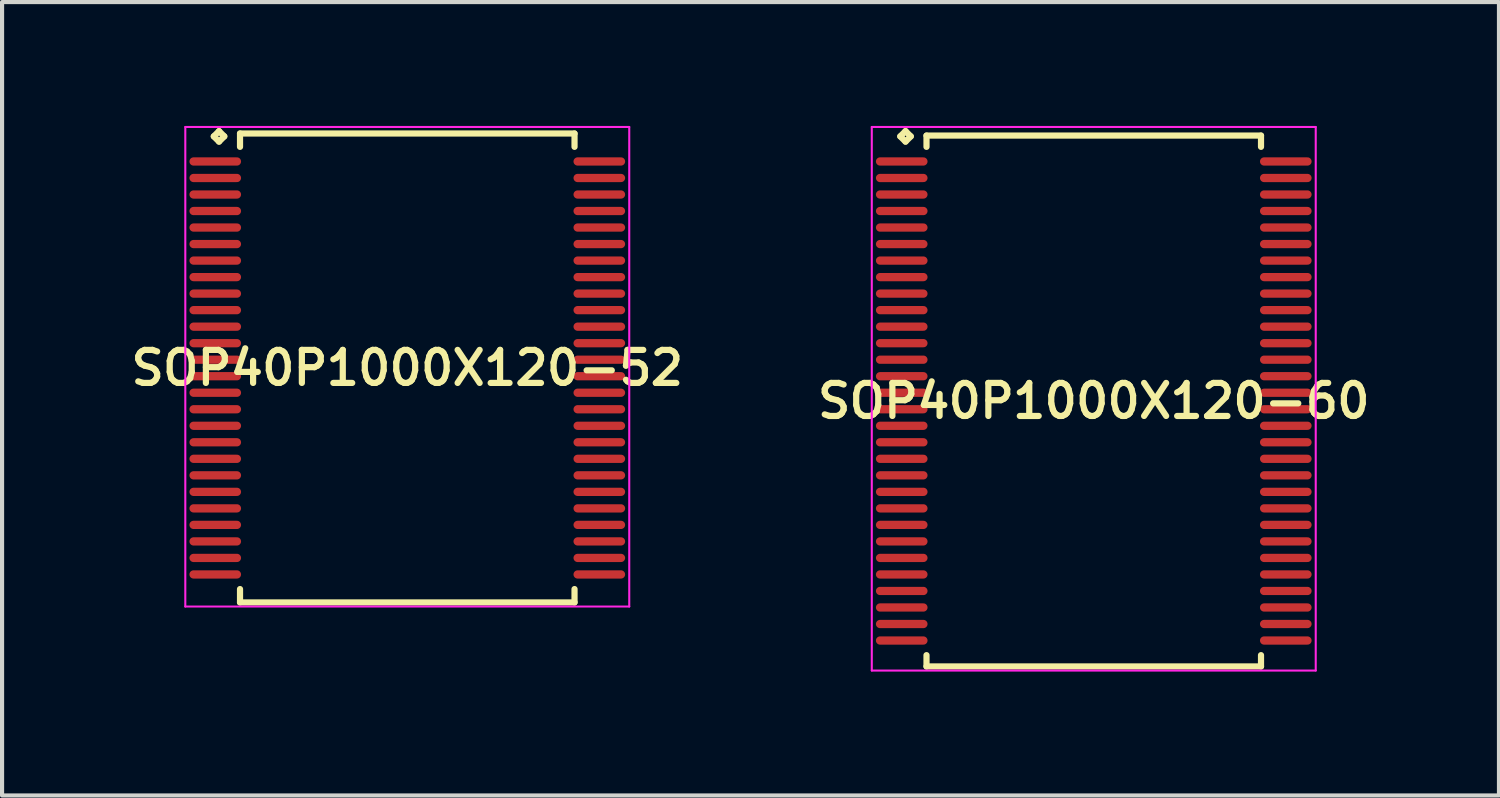
<source format=kicad_pcb>
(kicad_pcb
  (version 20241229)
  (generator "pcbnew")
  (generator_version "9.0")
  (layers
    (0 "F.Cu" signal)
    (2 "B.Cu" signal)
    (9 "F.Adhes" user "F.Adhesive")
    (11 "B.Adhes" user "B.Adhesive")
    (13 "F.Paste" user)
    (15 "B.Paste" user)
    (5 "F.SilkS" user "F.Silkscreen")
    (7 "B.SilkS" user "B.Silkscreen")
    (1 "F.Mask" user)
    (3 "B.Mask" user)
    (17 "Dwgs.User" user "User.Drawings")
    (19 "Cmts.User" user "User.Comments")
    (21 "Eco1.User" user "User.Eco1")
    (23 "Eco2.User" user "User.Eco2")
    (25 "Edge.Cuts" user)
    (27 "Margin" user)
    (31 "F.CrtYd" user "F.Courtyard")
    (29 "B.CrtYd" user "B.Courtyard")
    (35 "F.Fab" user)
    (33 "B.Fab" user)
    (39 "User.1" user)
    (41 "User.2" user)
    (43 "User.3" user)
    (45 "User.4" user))
  (footprint "SOP40P1000X120-60"
    (layer "F.Cu")
    (at 23.435 6.66)
    (property "Reference" "SOP40P1000X120-60" (at 0 0 0) (layer "F.SilkS") (effects (font (size 0.8 0.8) (thickness 0.15))))
    (attr smd)
    (fp_line (start -4.685 -6.408) (end -4.558 -6.535) (stroke (width 0.15) (type solid)) (layer "F.SilkS"))
    (fp_line (start -4.558 -6.535) (end -4.431 -6.408) (stroke (width 0.15) (type solid)) (layer "F.SilkS"))
    (fp_line (start -4.558 -6.281) (end -4.685 -6.408) (stroke (width 0.15) (type solid)) (layer "F.SilkS"))
    (fp_line (start -4.431 -6.408) (end -4.558 -6.281) (stroke (width 0.15) (type solid)) (layer "F.SilkS"))
    (fp_line (start -4.05 -6.427) (end 4.05 -6.427) (stroke (width 0.15) (type solid)) (layer "F.SilkS"))
    (fp_line (start -4.05 -6.154) (end -4.05 -6.427) (stroke (width 0.15) (type solid)) (layer "F.SilkS"))
    (fp_line (start -4.05 6.154) (end -4.05 6.427) (stroke (width 0.15) (type solid)) (layer "F.SilkS"))
    (fp_line (start -4.05 6.427) (end 4.05 6.427) (stroke (width 0.15) (type solid)) (layer "F.SilkS"))
    (fp_line (start 4.05 -6.427) (end 4.05 -6.154) (stroke (width 0.15) (type solid)) (layer "F.SilkS"))
    (fp_line (start 4.05 6.427) (end 4.05 6.154) (stroke (width 0.15) (type solid)) (layer "F.SilkS"))
    (fp_line (start -5.375 -6.635) (end 5.375 -6.635) (stroke (width 0.05) (type solid)) (layer "F.CrtYd"))
    (fp_line (start -5.375 6.527) (end -5.375 -6.635) (stroke (width 0.05) (type solid)) (layer "F.CrtYd"))
    (fp_line (start 5.375 -6.635) (end 5.375 6.527) (stroke (width 0.05) (type solid)) (layer "F.CrtYd"))
    (fp_line (start 5.375 6.527) (end -5.375 6.527) (stroke (width 0.05) (type solid)) (layer "F.CrtYd"))
    (pad "1" smd oval (at -4.65 -5.8) (size 1.25 0.2) (layers "F.Cu" "F.Mask" "F.Paste"))
    (pad "2" smd oval (at -4.65 -5.4) (size 1.25 0.2) (layers "F.Cu" "F.Mask" "F.Paste"))
    (pad "3" smd oval (at -4.65 -5) (size 1.25 0.2) (layers "F.Cu" "F.Mask" "F.Paste"))
    (pad "4" smd oval (at -4.65 -4.6) (size 1.25 0.2) (layers "F.Cu" "F.Mask" "F.Paste"))
    (pad "5" smd oval (at -4.65 -4.2) (size 1.25 0.2) (layers "F.Cu" "F.Mask" "F.Paste"))
    (pad "6" smd oval (at -4.65 -3.8) (size 1.25 0.2) (layers "F.Cu" "F.Mask" "F.Paste"))
    (pad "7" smd oval (at -4.65 -3.4) (size 1.25 0.2) (layers "F.Cu" "F.Mask" "F.Paste"))
    (pad "8" smd oval (at -4.65 -3) (size 1.25 0.2) (layers "F.Cu" "F.Mask" "F.Paste"))
    (pad "9" smd oval (at -4.65 -2.6) (size 1.25 0.2) (layers "F.Cu" "F.Mask" "F.Paste"))
    (pad "10" smd oval (at -4.65 -2.2) (size 1.25 0.2) (layers "F.Cu" "F.Mask" "F.Paste"))
    (pad "11" smd oval (at -4.65 -1.8) (size 1.25 0.2) (layers "F.Cu" "F.Mask" "F.Paste"))
    (pad "12" smd oval (at -4.65 -1.4) (size 1.25 0.2) (layers "F.Cu" "F.Mask" "F.Paste"))
    (pad "13" smd oval (at -4.65 -1) (size 1.25 0.2) (layers "F.Cu" "F.Mask" "F.Paste"))
    (pad "14" smd oval (at -4.65 -0.6) (size 1.25 0.2) (layers "F.Cu" "F.Mask" "F.Paste"))
    (pad "15" smd oval (at -4.65 -0.2) (size 1.25 0.2) (layers "F.Cu" "F.Mask" "F.Paste"))
    (pad "16" smd oval (at -4.65 0.2) (size 1.25 0.2) (layers "F.Cu" "F.Mask" "F.Paste"))
    (pad "17" smd oval (at -4.65 0.6) (size 1.25 0.2) (layers "F.Cu" "F.Mask" "F.Paste"))
    (pad "18" smd oval (at -4.65 1) (size 1.25 0.2) (layers "F.Cu" "F.Mask" "F.Paste"))
    (pad "19" smd oval (at -4.65 1.4) (size 1.25 0.2) (layers "F.Cu" "F.Mask" "F.Paste"))
    (pad "20" smd oval (at -4.65 1.8) (size 1.25 0.2) (layers "F.Cu" "F.Mask" "F.Paste"))
    (pad "21" smd oval (at -4.65 2.2) (size 1.25 0.2) (layers "F.Cu" "F.Mask" "F.Paste"))
    (pad "22" smd oval (at -4.65 2.6) (size 1.25 0.2) (layers "F.Cu" "F.Mask" "F.Paste"))
    (pad "23" smd oval (at -4.65 3) (size 1.25 0.2) (layers "F.Cu" "F.Mask" "F.Paste"))
    (pad "24" smd oval (at -4.65 3.4) (size 1.25 0.2) (layers "F.Cu" "F.Mask" "F.Paste"))
    (pad "25" smd oval (at -4.65 3.8) (size 1.25 0.2) (layers "F.Cu" "F.Mask" "F.Paste"))
    (pad "26" smd oval (at -4.65 4.2) (size 1.25 0.2) (layers "F.Cu" "F.Mask" "F.Paste"))
    (pad "27" smd oval (at -4.65 4.6) (size 1.25 0.2) (layers "F.Cu" "F.Mask" "F.Paste"))
    (pad "28" smd oval (at -4.65 5) (size 1.25 0.2) (layers "F.Cu" "F.Mask" "F.Paste"))
    (pad "29" smd oval (at -4.65 5.4) (size 1.25 0.2) (layers "F.Cu" "F.Mask" "F.Paste"))
    (pad "30" smd oval (at -4.65 5.8) (size 1.25 0.2) (layers "F.Cu" "F.Mask" "F.Paste"))
    (pad "31" smd oval (at 4.65 5.8) (size 1.25 0.2) (layers "F.Cu" "F.Mask" "F.Paste"))
    (pad "32" smd oval (at 4.65 5.4) (size 1.25 0.2) (layers "F.Cu" "F.Mask" "F.Paste"))
    (pad "33" smd oval (at 4.65 5) (size 1.25 0.2) (layers "F.Cu" "F.Mask" "F.Paste"))
    (pad "34" smd oval (at 4.65 4.6) (size 1.25 0.2) (layers "F.Cu" "F.Mask" "F.Paste"))
    (pad "35" smd oval (at 4.65 4.2) (size 1.25 0.2) (layers "F.Cu" "F.Mask" "F.Paste"))
    (pad "36" smd oval (at 4.65 3.8) (size 1.25 0.2) (layers "F.Cu" "F.Mask" "F.Paste"))
    (pad "37" smd oval (at 4.65 3.4) (size 1.25 0.2) (layers "F.Cu" "F.Mask" "F.Paste"))
    (pad "38" smd oval (at 4.65 3) (size 1.25 0.2) (layers "F.Cu" "F.Mask" "F.Paste"))
    (pad "39" smd oval (at 4.65 2.6) (size 1.25 0.2) (layers "F.Cu" "F.Mask" "F.Paste"))
    (pad "40" smd oval (at 4.65 2.2) (size 1.25 0.2) (layers "F.Cu" "F.Mask" "F.Paste"))
    (pad "41" smd oval (at 4.65 1.8) (size 1.25 0.2) (layers "F.Cu" "F.Mask" "F.Paste"))
    (pad "42" smd oval (at 4.65 1.4) (size 1.25 0.2) (layers "F.Cu" "F.Mask" "F.Paste"))
    (pad "43" smd oval (at 4.65 1) (size 1.25 0.2) (layers "F.Cu" "F.Mask" "F.Paste"))
    (pad "44" smd oval (at 4.65 0.6) (size 1.25 0.2) (layers "F.Cu" "F.Mask" "F.Paste"))
    (pad "45" smd oval (at 4.65 0.2) (size 1.25 0.2) (layers "F.Cu" "F.Mask" "F.Paste"))
    (pad "46" smd oval (at 4.65 -0.2) (size 1.25 0.2) (layers "F.Cu" "F.Mask" "F.Paste"))
    (pad "47" smd oval (at 4.65 -0.6) (size 1.25 0.2) (layers "F.Cu" "F.Mask" "F.Paste"))
    (pad "48" smd oval (at 4.65 -1) (size 1.25 0.2) (layers "F.Cu" "F.Mask" "F.Paste"))
    (pad "49" smd oval (at 4.65 -1.4) (size 1.25 0.2) (layers "F.Cu" "F.Mask" "F.Paste"))
    (pad "50" smd oval (at 4.65 -1.8) (size 1.25 0.2) (layers "F.Cu" "F.Mask" "F.Paste"))
    (pad "51" smd oval (at 4.65 -2.2) (size 1.25 0.2) (layers "F.Cu" "F.Mask" "F.Paste"))
    (pad "52" smd oval (at 4.65 -2.6) (size 1.25 0.2) (layers "F.Cu" "F.Mask" "F.Paste"))
    (pad "53" smd oval (at 4.65 -3) (size 1.25 0.2) (layers "F.Cu" "F.Mask" "F.Paste"))
    (pad "54" smd oval (at 4.65 -3.4) (size 1.25 0.2) (layers "F.Cu" "F.Mask" "F.Paste"))
    (pad "55" smd oval (at 4.65 -3.8) (size 1.25 0.2) (layers "F.Cu" "F.Mask" "F.Paste"))
    (pad "56" smd oval (at 4.65 -4.2) (size 1.25 0.2) (layers "F.Cu" "F.Mask" "F.Paste"))
    (pad "57" smd oval (at 4.65 -4.6) (size 1.25 0.2) (layers "F.Cu" "F.Mask" "F.Paste"))
    (pad "58" smd oval (at 4.65 -5) (size 1.25 0.2) (layers "F.Cu" "F.Mask" "F.Paste"))
    (pad "59" smd oval (at 4.65 -5.4) (size 1.25 0.2) (layers "F.Cu" "F.Mask" "F.Paste"))
    (pad "60" smd oval (at 4.65 -5.8) (size 1.25 0.2) (layers "F.Cu" "F.Mask" "F.Paste")))
  (footprint "SOP40P1000X120-52"
    (layer "F.Cu")
    (at 6.812 5.86)
    (property "Reference" "SOP40P1000X120-52" (at 0 0 0) (layer "F.SilkS") (effects (font (size 0.8 0.8) (thickness 0.15))))
    (attr smd)
    (fp_line (start -4.685 -5.608) (end -4.558 -5.735) (stroke (width 0.15) (type solid)) (layer "F.SilkS"))
    (fp_line (start -4.558 -5.735) (end -4.431 -5.608) (stroke (width 0.15) (type solid)) (layer "F.SilkS"))
    (fp_line (start -4.558 -5.481) (end -4.685 -5.608) (stroke (width 0.15) (type solid)) (layer "F.SilkS"))
    (fp_line (start -4.431 -5.608) (end -4.558 -5.481) (stroke (width 0.15) (type solid)) (layer "F.SilkS"))
    (fp_line (start -4.05 -5.677) (end 4.05 -5.677) (stroke (width 0.15) (type solid)) (layer "F.SilkS"))
    (fp_line (start -4.05 -5.354) (end -4.05 -5.677) (stroke (width 0.15) (type solid)) (layer "F.SilkS"))
    (fp_line (start -4.05 5.354) (end -4.05 5.677) (stroke (width 0.15) (type solid)) (layer "F.SilkS"))
    (fp_line (start -4.05 5.677) (end 4.05 5.677) (stroke (width 0.15) (type solid)) (layer "F.SilkS"))
    (fp_line (start 4.05 -5.677) (end 4.05 -5.354) (stroke (width 0.15) (type solid)) (layer "F.SilkS"))
    (fp_line (start 4.05 5.677) (end 4.05 5.354) (stroke (width 0.15) (type solid)) (layer "F.SilkS"))
    (fp_line (start -5.375 -5.835) (end 5.375 -5.835) (stroke (width 0.05) (type solid)) (layer "F.CrtYd"))
    (fp_line (start -5.375 5.777) (end -5.375 -5.835) (stroke (width 0.05) (type solid)) (layer "F.CrtYd"))
    (fp_line (start 5.375 -5.835) (end 5.375 5.777) (stroke (width 0.05) (type solid)) (layer "F.CrtYd"))
    (fp_line (start 5.375 5.777) (end -5.375 5.777) (stroke (width 0.05) (type solid)) (layer "F.CrtYd"))
    (pad "1" smd oval (at -4.65 -5) (size 1.25 0.2) (layers "F.Cu" "F.Mask" "F.Paste"))
    (pad "2" smd oval (at -4.65 -4.6) (size 1.25 0.2) (layers "F.Cu" "F.Mask" "F.Paste"))
    (pad "3" smd oval (at -4.65 -4.2) (size 1.25 0.2) (layers "F.Cu" "F.Mask" "F.Paste"))
    (pad "4" smd oval (at -4.65 -3.8) (size 1.25 0.2) (layers "F.Cu" "F.Mask" "F.Paste"))
    (pad "5" smd oval (at -4.65 -3.4) (size 1.25 0.2) (layers "F.Cu" "F.Mask" "F.Paste"))
    (pad "6" smd oval (at -4.65 -3) (size 1.25 0.2) (layers "F.Cu" "F.Mask" "F.Paste"))
    (pad "7" smd oval (at -4.65 -2.6) (size 1.25 0.2) (layers "F.Cu" "F.Mask" "F.Paste"))
    (pad "8" smd oval (at -4.65 -2.2) (size 1.25 0.2) (layers "F.Cu" "F.Mask" "F.Paste"))
    (pad "9" smd oval (at -4.65 -1.8) (size 1.25 0.2) (layers "F.Cu" "F.Mask" "F.Paste"))
    (pad "10" smd oval (at -4.65 -1.4) (size 1.25 0.2) (layers "F.Cu" "F.Mask" "F.Paste"))
    (pad "11" smd oval (at -4.65 -1) (size 1.25 0.2) (layers "F.Cu" "F.Mask" "F.Paste"))
    (pad "12" smd oval (at -4.65 -0.6) (size 1.25 0.2) (layers "F.Cu" "F.Mask" "F.Paste"))
    (pad "13" smd oval (at -4.65 -0.2) (size 1.25 0.2) (layers "F.Cu" "F.Mask" "F.Paste"))
    (pad "14" smd oval (at -4.65 0.2) (size 1.25 0.2) (layers "F.Cu" "F.Mask" "F.Paste"))
    (pad "15" smd oval (at -4.65 0.6) (size 1.25 0.2) (layers "F.Cu" "F.Mask" "F.Paste"))
    (pad "16" smd oval (at -4.65 1) (size 1.25 0.2) (layers "F.Cu" "F.Mask" "F.Paste"))
    (pad "17" smd oval (at -4.65 1.4) (size 1.25 0.2) (layers "F.Cu" "F.Mask" "F.Paste"))
    (pad "18" smd oval (at -4.65 1.8) (size 1.25 0.2) (layers "F.Cu" "F.Mask" "F.Paste"))
    (pad "19" smd oval (at -4.65 2.2) (size 1.25 0.2) (layers "F.Cu" "F.Mask" "F.Paste"))
    (pad "20" smd oval (at -4.65 2.6) (size 1.25 0.2) (layers "F.Cu" "F.Mask" "F.Paste"))
    (pad "21" smd oval (at -4.65 3) (size 1.25 0.2) (layers "F.Cu" "F.Mask" "F.Paste"))
    (pad "22" smd oval (at -4.65 3.4) (size 1.25 0.2) (layers "F.Cu" "F.Mask" "F.Paste"))
    (pad "23" smd oval (at -4.65 3.8) (size 1.25 0.2) (layers "F.Cu" "F.Mask" "F.Paste"))
    (pad "24" smd oval (at -4.65 4.2) (size 1.25 0.2) (layers "F.Cu" "F.Mask" "F.Paste"))
    (pad "25" smd oval (at -4.65 4.6) (size 1.25 0.2) (layers "F.Cu" "F.Mask" "F.Paste"))
    (pad "26" smd oval (at -4.65 5) (size 1.25 0.2) (layers "F.Cu" "F.Mask" "F.Paste"))
    (pad "27" smd oval (at 4.65 5) (size 1.25 0.2) (layers "F.Cu" "F.Mask" "F.Paste"))
    (pad "28" smd oval (at 4.65 4.6) (size 1.25 0.2) (layers "F.Cu" "F.Mask" "F.Paste"))
    (pad "29" smd oval (at 4.65 4.2) (size 1.25 0.2) (layers "F.Cu" "F.Mask" "F.Paste"))
    (pad "30" smd oval (at 4.65 3.8) (size 1.25 0.2) (layers "F.Cu" "F.Mask" "F.Paste"))
    (pad "31" smd oval (at 4.65 3.4) (size 1.25 0.2) (layers "F.Cu" "F.Mask" "F.Paste"))
    (pad "32" smd oval (at 4.65 3) (size 1.25 0.2) (layers "F.Cu" "F.Mask" "F.Paste"))
    (pad "33" smd oval (at 4.65 2.6) (size 1.25 0.2) (layers "F.Cu" "F.Mask" "F.Paste"))
    (pad "34" smd oval (at 4.65 2.2) (size 1.25 0.2) (layers "F.Cu" "F.Mask" "F.Paste"))
    (pad "35" smd oval (at 4.65 1.8) (size 1.25 0.2) (layers "F.Cu" "F.Mask" "F.Paste"))
    (pad "36" smd oval (at 4.65 1.4) (size 1.25 0.2) (layers "F.Cu" "F.Mask" "F.Paste"))
    (pad "37" smd oval (at 4.65 1) (size 1.25 0.2) (layers "F.Cu" "F.Mask" "F.Paste"))
    (pad "38" smd oval (at 4.65 0.6) (size 1.25 0.2) (layers "F.Cu" "F.Mask" "F.Paste"))
    (pad "39" smd oval (at 4.65 0.2) (size 1.25 0.2) (layers "F.Cu" "F.Mask" "F.Paste"))
    (pad "40" smd oval (at 4.65 -0.2) (size 1.25 0.2) (layers "F.Cu" "F.Mask" "F.Paste"))
    (pad "41" smd oval (at 4.65 -0.6) (size 1.25 0.2) (layers "F.Cu" "F.Mask" "F.Paste"))
    (pad "42" smd oval (at 4.65 -1) (size 1.25 0.2) (layers "F.Cu" "F.Mask" "F.Paste"))
    (pad "43" smd oval (at 4.65 -1.4) (size 1.25 0.2) (layers "F.Cu" "F.Mask" "F.Paste"))
    (pad "44" smd oval (at 4.65 -1.8) (size 1.25 0.2) (layers "F.Cu" "F.Mask" "F.Paste"))
    (pad "45" smd oval (at 4.65 -2.2) (size 1.25 0.2) (layers "F.Cu" "F.Mask" "F.Paste"))
    (pad "46" smd oval (at 4.65 -2.6) (size 1.25 0.2) (layers "F.Cu" "F.Mask" "F.Paste"))
    (pad "47" smd oval (at 4.65 -3) (size 1.25 0.2) (layers "F.Cu" "F.Mask" "F.Paste"))
    (pad "48" smd oval (at 4.65 -3.4) (size 1.25 0.2) (layers "F.Cu" "F.Mask" "F.Paste"))
    (pad "49" smd oval (at 4.65 -3.8) (size 1.25 0.2) (layers "F.Cu" "F.Mask" "F.Paste"))
    (pad "50" smd oval (at 4.65 -4.2) (size 1.25 0.2) (layers "F.Cu" "F.Mask" "F.Paste"))
    (pad "51" smd oval (at 4.65 -4.6) (size 1.25 0.2) (layers "F.Cu" "F.Mask" "F.Paste"))
    (pad "52" smd oval (at 4.65 -5) (size 1.25 0.2) (layers "F.Cu" "F.Mask" "F.Paste")))
  (gr_rect
    (start -3 -3)
    (end 33.247 16.212)
    (stroke (width 0.1) (type default))
    (fill no)
    (layer "Edge.Cuts")))
</source>
